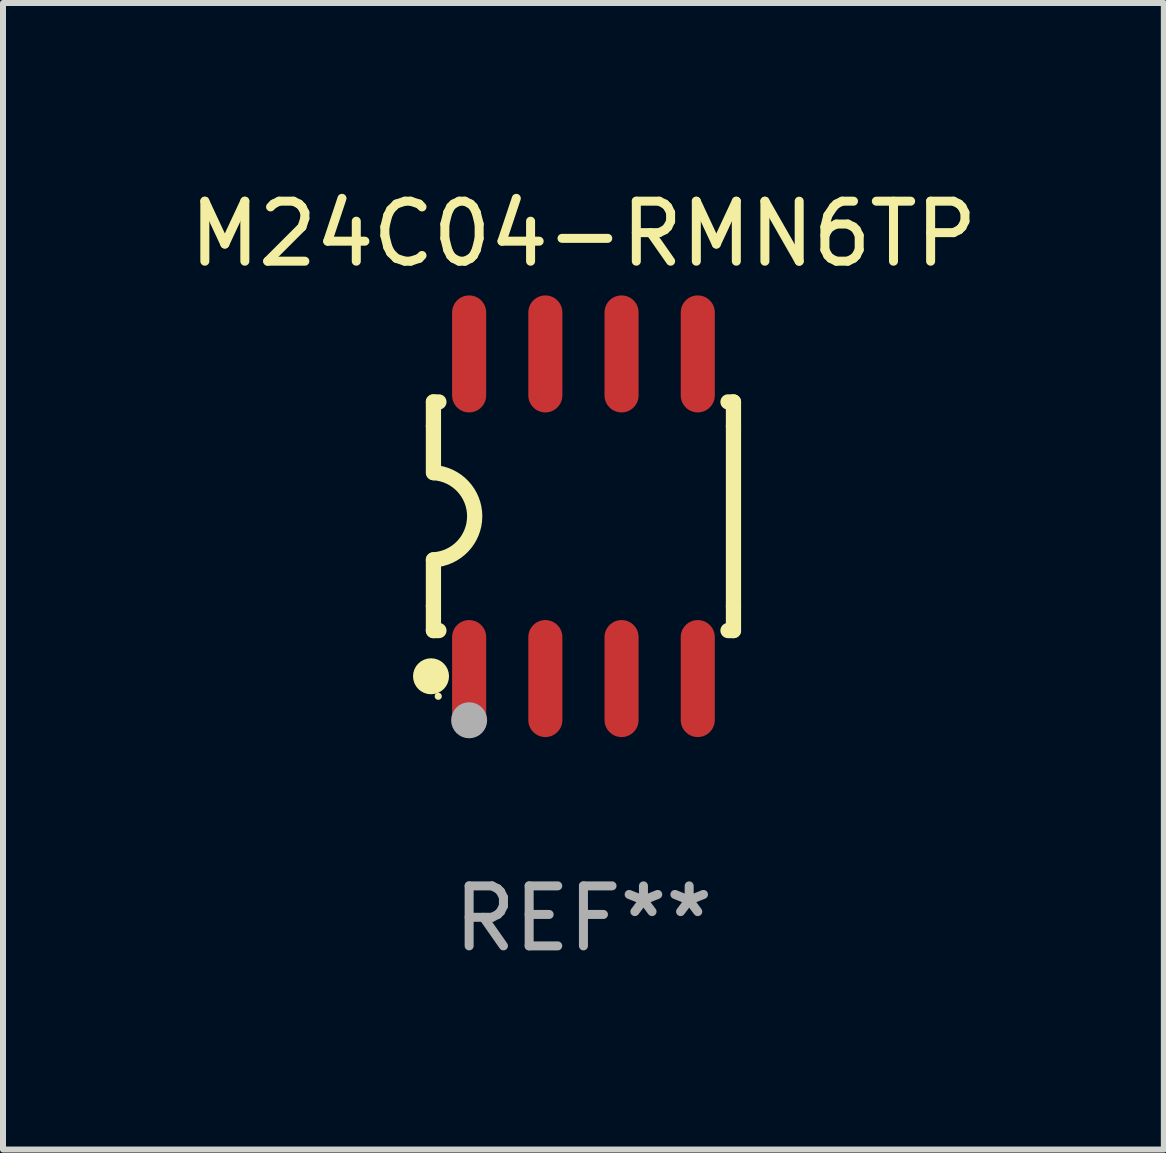
<source format=kicad_pcb>
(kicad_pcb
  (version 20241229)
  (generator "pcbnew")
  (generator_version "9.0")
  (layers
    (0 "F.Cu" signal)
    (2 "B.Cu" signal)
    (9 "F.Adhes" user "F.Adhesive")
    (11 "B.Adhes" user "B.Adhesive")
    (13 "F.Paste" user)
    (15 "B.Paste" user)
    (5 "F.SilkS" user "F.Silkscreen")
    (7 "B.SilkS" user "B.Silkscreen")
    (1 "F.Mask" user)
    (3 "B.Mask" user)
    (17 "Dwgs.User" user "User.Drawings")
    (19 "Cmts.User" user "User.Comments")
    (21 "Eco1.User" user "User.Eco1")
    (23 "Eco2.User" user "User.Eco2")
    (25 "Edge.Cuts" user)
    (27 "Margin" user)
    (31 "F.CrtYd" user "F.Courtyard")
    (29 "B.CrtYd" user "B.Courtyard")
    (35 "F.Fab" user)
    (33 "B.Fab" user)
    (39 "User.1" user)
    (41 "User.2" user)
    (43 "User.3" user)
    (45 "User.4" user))
  (footprint "M24C04-RMN6TP"
    (layer "F.Cu")
    (at 6.673 5.553)
    (property "Reference" "M24C04-RMN6TP" (at 0 -4.705 0) (layer "F.SilkS") (effects (font (size 1 1) (thickness 0.15))))
    (attr through_hole)
    (fp_line (start -2.5 -1.905) (end -2.409 -1.905) (stroke (width 0.254) (type solid)) (layer "F.SilkS"))
    (fp_line (start -2.5 -1.5) (end -2.5 -1.905) (stroke (width 0.254) (type solid)) (layer "F.SilkS"))
    (fp_line (start -2.5 -1.5) (end -2.5 -0.726) (stroke (width 0.254) (type solid)) (layer "F.SilkS"))
    (fp_line (start -2.5 1.5) (end -2.5 0.727) (stroke (width 0.254) (type solid)) (layer "F.SilkS"))
    (fp_line (start -2.5 1.5) (end -2.5 1.905) (stroke (width 0.254) (type solid)) (layer "F.SilkS"))
    (fp_line (start -2.5 1.905) (end -2.409 1.905) (stroke (width 0.254) (type solid)) (layer "F.SilkS"))
    (fp_line (start 2.5 -1.905) (end 2.409 -1.905) (stroke (width 0.254) (type solid)) (layer "F.SilkS"))
    (fp_line (start 2.5 -1.5) (end 2.5 -1.905) (stroke (width 0.254) (type solid)) (layer "F.SilkS"))
    (fp_line (start 2.5 -1.5) (end 2.5 1.5) (stroke (width 0.254) (type solid)) (layer "F.SilkS"))
    (fp_line (start 2.5 1.5) (end 2.5 1.905) (stroke (width 0.254) (type solid)) (layer "F.SilkS"))
    (fp_line (start 2.5 1.905) (end 2.409 1.905) (stroke (width 0.254) (type solid)) (layer "F.SilkS"))
    (fp_arc (start -2.495098 -0.726289) (mid -1.812145 0.002452) (end -2.499999 0.726568) (stroke (width 0.254001) (type solid)) (layer "F.SilkS"))
    (fp_circle (center -2.54 2.667) (end -2.39 2.667) (stroke (width 0.3) (type solid)) (fill no) (layer "F.SilkS"))
    (fp_circle (center -2.42 3) (end -2.39 3) (stroke (width 0.06) (type solid)) (fill no) (layer "F.SilkS"))
    (fp_circle (center -1.905 3.4) (end -1.755 3.4) (stroke (width 0.3) (type solid)) (fill no) (layer "F.Fab"))
    (fp_text user "REF**" (at 0 6.705 0) (layer "F.Fab") (effects (font (size 1 1) (thickness 0.15))))
    (pad "1" smd oval (at -1.905 2.705) (size 0.568 1.95) (layers "F.Cu" "F.Mask" "F.Paste"))
    (pad "2" smd oval (at -0.635 2.705) (size 0.568 1.95) (layers "F.Cu" "F.Mask" "F.Paste"))
    (pad "3" smd oval (at 0.635 2.705) (size 0.568 1.95) (layers "F.Cu" "F.Mask" "F.Paste"))
    (pad "4" smd oval (at 1.905 2.705) (size 0.568 1.95) (layers "F.Cu" "F.Mask" "F.Paste"))
    (pad "5" smd oval (at 1.905 -2.705) (size 0.568 1.95) (layers "F.Cu" "F.Mask" "F.Paste"))
    (pad "6" smd oval (at 0.635 -2.705) (size 0.568 1.95) (layers "F.Cu" "F.Mask" "F.Paste"))
    (pad "7" smd oval (at -0.635 -2.705) (size 0.568 1.95) (layers "F.Cu" "F.Mask" "F.Paste"))
    (pad "8" smd oval (at -1.905 -2.705) (size 0.568 1.95) (layers "F.Cu" "F.Mask" "F.Paste")))
  (gr_rect
    (start -3 -3)
    (end 16.345 16.107)
    (stroke (width 0.1) (type default))
    (fill no)
    (layer "Edge.Cuts")))
</source>
